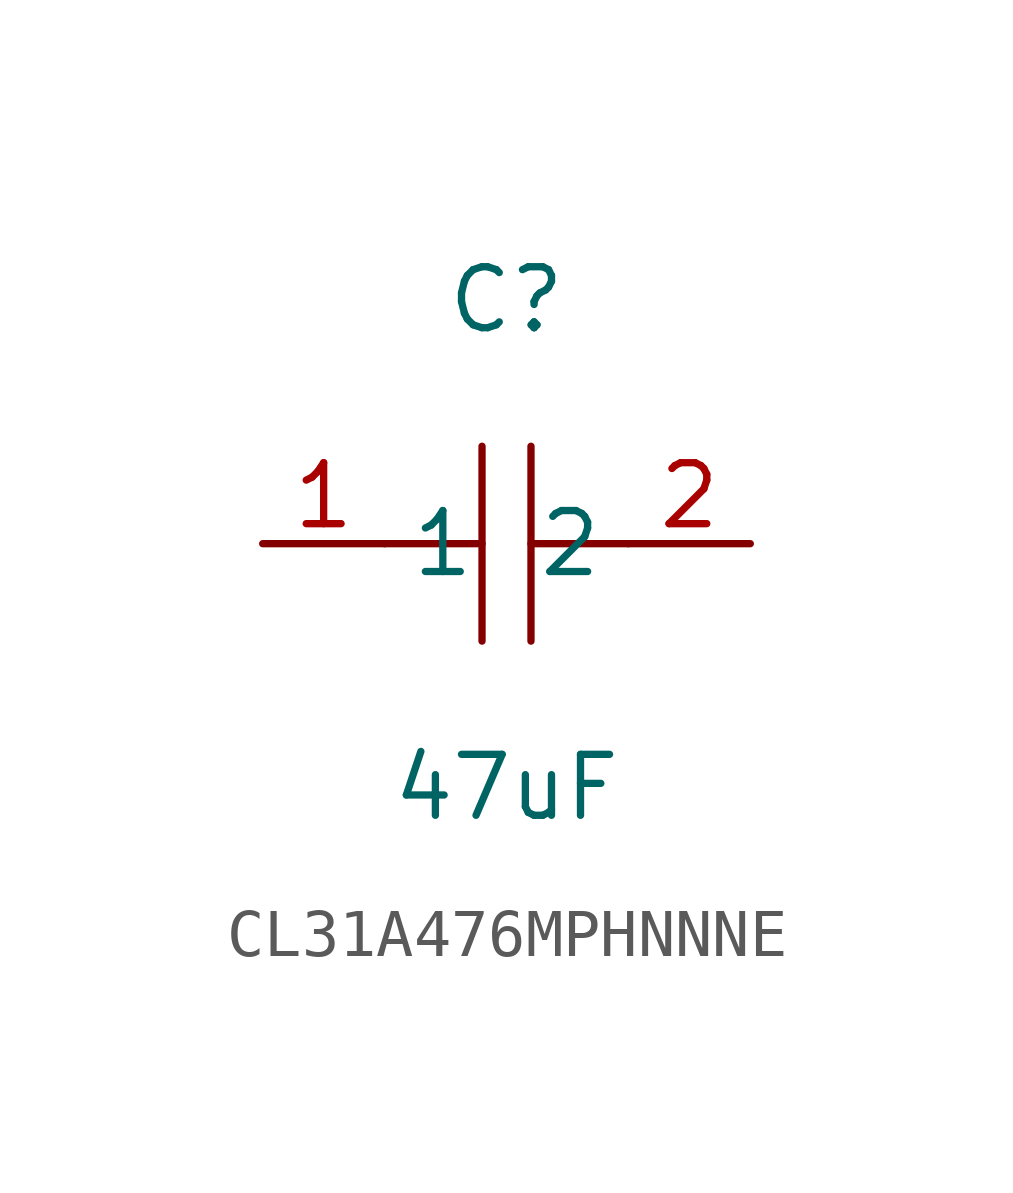
<source format=kicad_sym>
(kicad_symbol_lib
  (version 20231120)
  (generator "kicad_symbol_editor")
  (generator_version "8.0")
  (symbol "CL31A476MPHNNNE"
    (property "Reference" "C"
      (at 0 5.08 0)
      (effects (font (size 1.27 1.27))))
    (property "Value" "47uF"
      (at 0 -5.08 0)
      (effects (font (size 1.27 1.27))))
    (symbol "CL31A476MPHNNNE_0_1"
      (polyline (pts (xy -0.51 -2.03) (xy -0.51 2.03)) (stroke (width 0) (type default)) (fill (type none)))
      (polyline (pts (xy -0.51 0) (xy -2.54 0)) (stroke (width 0) (type default)) (fill (type none)))
      (polyline (pts (xy 0.51 2.03) (xy 0.51 -2.03)) (stroke (width 0) (type default)) (fill (type none)))
      (polyline (pts (xy 2.54 0) (xy 0.51 0)) (stroke (width 0) (type default)) (fill (type none)))
      (pin passive line (at -5.08 0 0) (length 2.54) (name "1" (effects (font (size 1.27 1.27)))) (number "1" (effects (font (size 1.27 1.27)))))
      (pin passive line (at 5.08 0 180) (length 2.54) (name "2" (effects (font (size 1.27 1.27)))) (number "2" (effects (font (size 1.27 1.27))))))))
</source>
